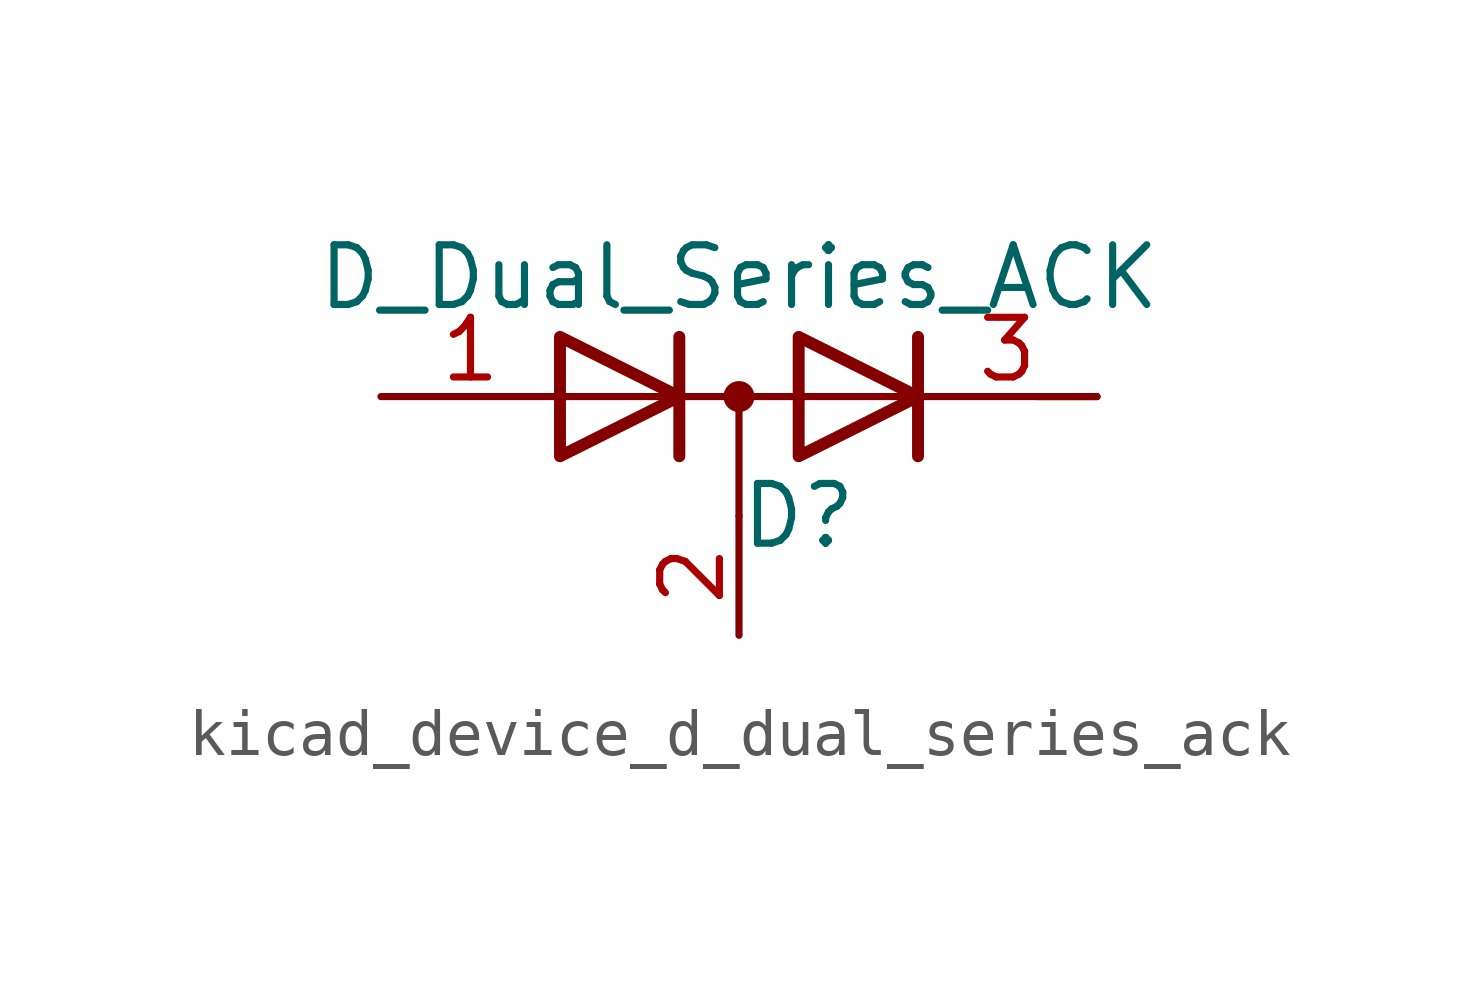
<source format=kicad_sym>
(kicad_symbol_lib
  (version 20220914)
  (generator kicad_symbol_editor)
  (symbol "kicad_device_d_dual_series_ack"
    (pin_names
      (offset 0.762) hide)
    (property "Reference" "D"
      (at 1.27 -2.54 0)
      (effects (font (size 1.27 1.27))))
    (property "Value" "D_Dual_Series_ACK"
      (at 0 2.54 0)
      (effects (font (size 1.27 1.27))))
    (symbol "kicad_device_d_dual_series_ack_0_1"
      (polyline (pts (xy 0 0) (xy 0 -2.54)) (stroke (width 0) (type default)) (fill (type none)))
      (polyline (pts (xy 3.81 0) (xy -3.81 0)) (stroke (width 0) (type default)) (fill (type none)))
      (polyline (pts (xy 6.35 0) (xy 7.62 0)) (stroke (width 0) (type default)) (fill (type none)))
      (polyline (pts (xy -1.27 -1.27) (xy -1.27 1.27) (xy -1.27 1.27)) (stroke (width 0.254) (type default)) (fill (type none)))
      (polyline (pts (xy 3.81 1.27) (xy 3.81 -1.27) (xy 3.81 -1.27)) (stroke (width 0.254) (type default)) (fill (type none)))
      (polyline (pts (xy -3.81 1.27) (xy -1.27 0) (xy -3.81 -1.27) (xy -3.81 1.27) (xy -3.81 1.27) (xy -3.81 1.27)) (stroke (width 0.254) (type default)) (fill (type none)))
      (polyline (pts (xy 1.27 1.27) (xy 3.81 0) (xy 1.27 -1.27) (xy 1.27 1.27) (xy 1.27 1.27) (xy 1.27 1.27)) (stroke (width 0.254) (type default)) (fill (type none)))
      (circle (center 0 0) (radius 0.254) (stroke (width 0) (type default)) (fill (type outline)))
      (pin passive line (at -7.62 0 0) (length 3.81) (name "A" (effects (font (size 1.27 1.27)))) (number "1" (effects (font (size 1.27 1.27)))))
      (pin passive line (at 0 -5.08 90) (length 2.54) (name "common" (effects (font (size 1.27 1.27)))) (number "2" (effects (font (size 1.27 1.27)))))
      (pin passive line (at 7.62 0 180) (length 3.81) (name "K" (effects (font (size 1.27 1.27)))) (number "3" (effects (font (size 1.27 1.27))))))))
</source>
